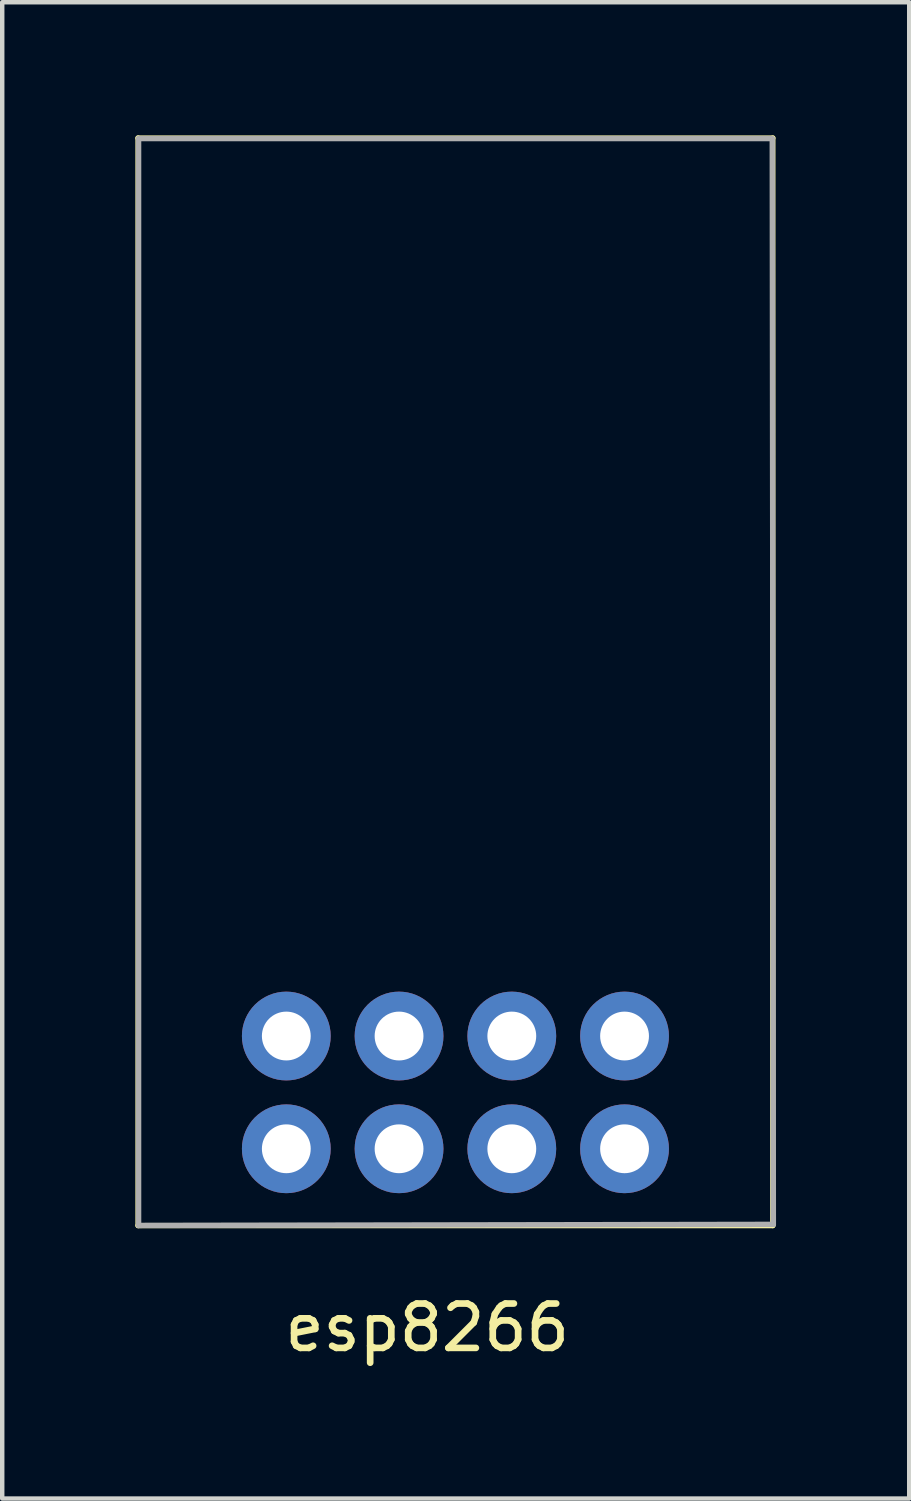
<source format=kicad_pcb>
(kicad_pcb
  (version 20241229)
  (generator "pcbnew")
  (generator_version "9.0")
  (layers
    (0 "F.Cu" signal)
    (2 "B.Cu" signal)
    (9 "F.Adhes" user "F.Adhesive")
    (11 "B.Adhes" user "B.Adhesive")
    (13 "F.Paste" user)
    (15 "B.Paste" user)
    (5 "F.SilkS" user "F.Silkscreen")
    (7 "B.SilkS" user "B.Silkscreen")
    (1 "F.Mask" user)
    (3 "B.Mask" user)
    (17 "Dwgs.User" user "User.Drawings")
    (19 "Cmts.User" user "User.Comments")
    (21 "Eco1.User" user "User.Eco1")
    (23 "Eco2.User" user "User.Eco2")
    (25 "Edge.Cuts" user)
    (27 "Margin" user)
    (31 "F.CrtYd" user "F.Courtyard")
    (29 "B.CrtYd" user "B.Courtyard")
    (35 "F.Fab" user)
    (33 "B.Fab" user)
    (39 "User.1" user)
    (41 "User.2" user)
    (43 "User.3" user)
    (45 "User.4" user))
  (footprint "esp8266"
    (layer "F.Cu")
    (at 7.21 21.56)
    (property "Reference" "esp8266" (at -0.635 5.301 0) (layer "F.SilkS") (effects (font (size 1 1) (thickness 0.15))))
    (attr through_hole)
    (fp_line (start -7.15 -21.5) (end 7.15 -21.5) (stroke (width 0.12) (type solid)) (layer "F.SilkS"))
    (fp_line (start -7.15 3) (end -7.15 -21.5) (stroke (width 0.12) (type solid)) (layer "F.SilkS"))
    (fp_line (start 7.15 -21.5) (end 7.15 3) (stroke (width 0.12) (type solid)) (layer "F.SilkS"))
    (fp_line (start 7.15 3) (end -7.15 3) (stroke (width 0.12) (type solid)) (layer "F.SilkS"))
    (fp_line (start -7.137 -21.488) (end 7.137 -21.488) (stroke (width 0.12) (type solid)) (layer "F.Fab"))
    (fp_line (start -7.137 2.997) (end -7.137 -21.488) (stroke (width 0.12) (type solid)) (layer "F.Fab"))
    (fp_line (start 7.137 -21.488) (end 7.163 2.972) (stroke (width 0.12) (type solid)) (layer "F.Fab"))
    (fp_line (start 7.163 2.972) (end -7.137 2.997) (stroke (width 0.12) (type solid)) (layer "F.Fab"))
    (pad "1" thru_hole circle (at -3.81 -1.27) (size 2 2) (drill 1.1) (layers "*.Cu" "*.Mask"))
    (pad "2" thru_hole circle (at -1.27 -1.27) (size 2 2) (drill 1.1) (layers "*.Cu" "*.Mask"))
    (pad "3" thru_hole circle (at 1.27 -1.27) (size 2 2) (drill 1.1) (layers "*.Cu" "*.Mask"))
    (pad "4" thru_hole circle (at 3.81 -1.27) (size 2 2) (drill 1.1) (layers "*.Cu" "*.Mask"))
    (pad "5" thru_hole circle (at -3.81 1.27) (size 2 2) (drill 1.1) (layers "*.Cu" "*.Mask"))
    (pad "6" thru_hole circle (at -1.27 1.27) (size 2 2) (drill 1.1) (layers "*.Cu" "*.Mask"))
    (pad "7" thru_hole circle (at 1.27 1.27) (size 2 2) (drill 1.1) (layers "*.Cu" "*.Mask"))
    (pad "8" thru_hole circle (at 3.81 1.27) (size 2 2) (drill 1.1) (layers "*.Cu" "*.Mask")))
  (gr_rect
    (start -3 -3)
    (end 17.433 30.709)
    (stroke (width 0.1) (type default))
    (fill no)
    (layer "Edge.Cuts")))
</source>
